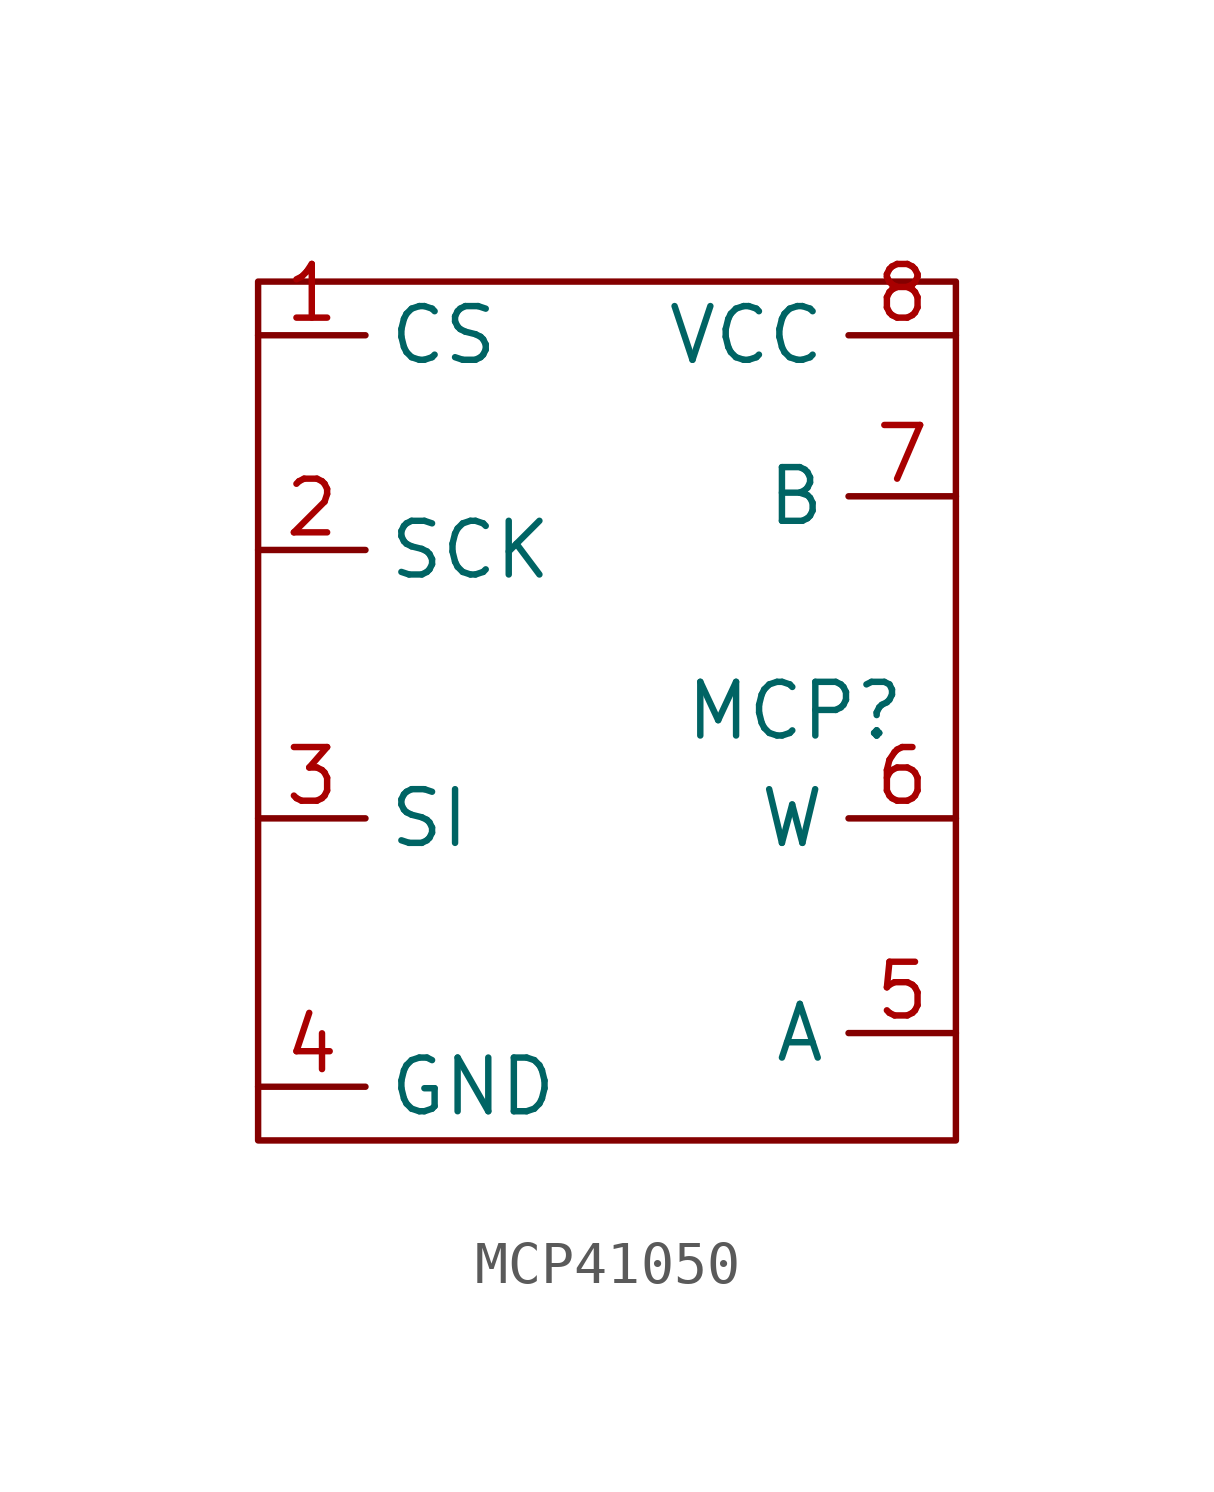
<source format=kicad_sym>
(kicad_symbol_lib
  (version 20220914)
  (generator kicad_symbol_editor)
  (symbol "MCP41050"
    (property "Reference" "MCP"
      (at 0 0 0)
      (effects (font (size 1.27 1.27))))
    (property "Value" ""
      (at 0 0 0)
      (effects (font (size 1.27 1.27))))
    (symbol "MCP41050_0_1"
      (rectangle (start -12.7 10.16) (end 3.81 -10.16) (stroke (width 0) (type default)) (fill (type none))))
    (symbol "MCP41050_1_1"
      (pin passive line (at -12.7 8.89 0) (length 2.54) (name "CS" (effects (font (size 1.27 1.27)))) (number "1" (effects (font (size 1.27 1.27)))))
      (pin passive line (at -12.7 3.81 0) (length 2.54) (name "SCK" (effects (font (size 1.27 1.27)))) (number "2" (effects (font (size 1.27 1.27)))))
      (pin passive line (at -12.7 -2.54 0) (length 2.54) (name "SI" (effects (font (size 1.27 1.27)))) (number "3" (effects (font (size 1.27 1.27)))))
      (pin passive line (at -12.7 -8.89 0) (length 2.54) (name "GND" (effects (font (size 1.27 1.27)))) (number "4" (effects (font (size 1.27 1.27)))))
      (pin passive line (at 3.81 -7.62 180) (length 2.54) (name "A" (effects (font (size 1.27 1.27)))) (number "5" (effects (font (size 1.27 1.27)))))
      (pin passive line (at 3.81 -2.54 180) (length 2.54) (name "W" (effects (font (size 1.27 1.27)))) (number "6" (effects (font (size 1.27 1.27)))))
      (pin passive line (at 3.81 5.08 180) (length 2.54) (name "B" (effects (font (size 1.27 1.27)))) (number "7" (effects (font (size 1.27 1.27)))))
      (pin passive line (at 3.81 8.89 180) (length 2.54) (name "VCC" (effects (font (size 1.27 1.27)))) (number "8" (effects (font (size 1.27 1.27))))))))
</source>
